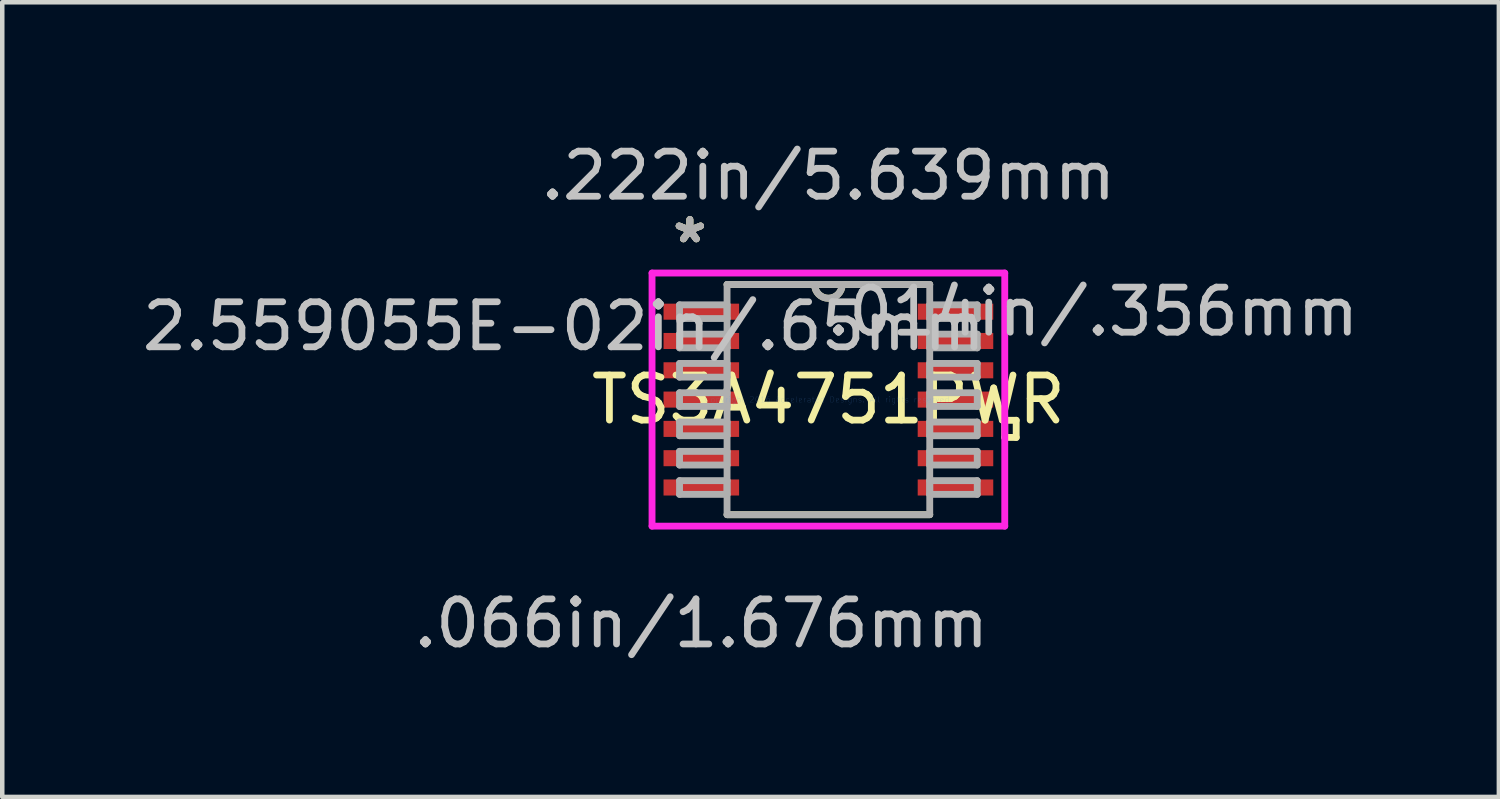
<source format=kicad_pcb>
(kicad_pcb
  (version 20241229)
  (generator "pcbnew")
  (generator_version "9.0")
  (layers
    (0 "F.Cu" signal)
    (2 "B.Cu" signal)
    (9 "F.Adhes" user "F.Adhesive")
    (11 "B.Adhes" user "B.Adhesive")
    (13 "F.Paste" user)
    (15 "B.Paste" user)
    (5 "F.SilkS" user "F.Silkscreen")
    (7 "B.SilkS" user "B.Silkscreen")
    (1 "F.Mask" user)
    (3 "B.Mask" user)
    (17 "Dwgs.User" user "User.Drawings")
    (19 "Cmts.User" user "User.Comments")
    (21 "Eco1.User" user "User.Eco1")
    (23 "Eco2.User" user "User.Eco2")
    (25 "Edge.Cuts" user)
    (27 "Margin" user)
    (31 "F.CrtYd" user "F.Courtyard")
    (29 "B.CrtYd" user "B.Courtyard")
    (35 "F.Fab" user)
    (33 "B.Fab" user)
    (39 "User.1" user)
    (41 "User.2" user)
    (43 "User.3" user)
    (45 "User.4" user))
  (footprint "TS3A4751PWR"
    (layer "F.Cu")
    (at 15.326 5.814)
    (property "Reference" "TS3A4751PWR" (at 0 0 0) (layer "F.SilkS") (effects (font (size 1 1) (thickness 0.15))))
    (attr through_hole)
    (fp_line (start -2.248 2.553) (end 2.248 2.553) (stroke (width 0.152) (type solid)) (layer "F.SilkS"))
    (fp_line (start 2.248 -2.553) (end -2.248 -2.553) (stroke (width 0.152) (type solid)) (layer "F.SilkS"))
    (fp_line (start 3.912 0.459) (end 4.166 0.459) (stroke (width 0.152) (type solid)) (layer "F.SilkS"))
    (fp_line (start 3.912 0.84) (end 3.912 0.459) (stroke (width 0.152) (type solid)) (layer "F.SilkS"))
    (fp_line (start 4.166 0.459) (end 4.166 0.84) (stroke (width 0.152) (type solid)) (layer "F.SilkS"))
    (fp_line (start 4.166 0.84) (end 3.912 0.84) (stroke (width 0.152) (type solid)) (layer "F.SilkS"))
    (fp_arc (start 0.3048 -2.5527) (mid 0 -2.2479) (end -0.3048 -2.5527) (stroke (width 0.1524) (type solid)) (layer "F.SilkS"))
    (fp_line (start -3.912 -2.807) (end 3.912 -2.807) (stroke (width 0.152) (type solid)) (layer "F.CrtYd"))
    (fp_line (start -3.912 2.807) (end -3.912 -2.807) (stroke (width 0.152) (type solid)) (layer "F.CrtYd"))
    (fp_line (start 3.912 -2.807) (end 3.912 2.807) (stroke (width 0.152) (type solid)) (layer "F.CrtYd"))
    (fp_line (start 3.912 2.807) (end -3.912 2.807) (stroke (width 0.152) (type solid)) (layer "F.CrtYd"))
    (fp_line (start -3.302 -2.102) (end -3.302 -1.798) (stroke (width 0.152) (type solid)) (layer "F.Fab"))
    (fp_line (start -3.302 -1.798) (end -2.248 -1.798) (stroke (width 0.152) (type solid)) (layer "F.Fab"))
    (fp_line (start -3.302 -1.452) (end -3.302 -1.148) (stroke (width 0.152) (type solid)) (layer "F.Fab"))
    (fp_line (start -3.302 -1.148) (end -2.248 -1.148) (stroke (width 0.152) (type solid)) (layer "F.Fab"))
    (fp_line (start -3.302 -0.802) (end -3.302 -0.498) (stroke (width 0.152) (type solid)) (layer "F.Fab"))
    (fp_line (start -3.302 -0.498) (end -2.248 -0.498) (stroke (width 0.152) (type solid)) (layer "F.Fab"))
    (fp_line (start -3.302 -0.152) (end -3.302 0.152) (stroke (width 0.152) (type solid)) (layer "F.Fab"))
    (fp_line (start -3.302 0.152) (end -2.248 0.152) (stroke (width 0.152) (type solid)) (layer "F.Fab"))
    (fp_line (start -3.302 0.498) (end -3.302 0.802) (stroke (width 0.152) (type solid)) (layer "F.Fab"))
    (fp_line (start -3.302 0.802) (end -2.248 0.802) (stroke (width 0.152) (type solid)) (layer "F.Fab"))
    (fp_line (start -3.302 1.148) (end -3.302 1.452) (stroke (width 0.152) (type solid)) (layer "F.Fab"))
    (fp_line (start -3.302 1.452) (end -2.248 1.452) (stroke (width 0.152) (type solid)) (layer "F.Fab"))
    (fp_line (start -3.302 1.798) (end -3.302 2.102) (stroke (width 0.152) (type solid)) (layer "F.Fab"))
    (fp_line (start -3.302 2.102) (end -2.248 2.102) (stroke (width 0.152) (type solid)) (layer "F.Fab"))
    (fp_line (start -2.248 -2.553) (end -2.248 2.553) (stroke (width 0.152) (type solid)) (layer "F.Fab"))
    (fp_line (start -2.248 -2.102) (end -3.302 -2.102) (stroke (width 0.152) (type solid)) (layer "F.Fab"))
    (fp_line (start -2.248 -1.798) (end -2.248 -2.102) (stroke (width 0.152) (type solid)) (layer "F.Fab"))
    (fp_line (start -2.248 -1.452) (end -3.302 -1.452) (stroke (width 0.152) (type solid)) (layer "F.Fab"))
    (fp_line (start -2.248 -1.148) (end -2.248 -1.452) (stroke (width 0.152) (type solid)) (layer "F.Fab"))
    (fp_line (start -2.248 -0.802) (end -3.302 -0.802) (stroke (width 0.152) (type solid)) (layer "F.Fab"))
    (fp_line (start -2.248 -0.498) (end -2.248 -0.802) (stroke (width 0.152) (type solid)) (layer "F.Fab"))
    (fp_line (start -2.248 -0.152) (end -3.302 -0.152) (stroke (width 0.152) (type solid)) (layer "F.Fab"))
    (fp_line (start -2.248 0.152) (end -2.248 -0.152) (stroke (width 0.152) (type solid)) (layer "F.Fab"))
    (fp_line (start -2.248 0.498) (end -3.302 0.498) (stroke (width 0.152) (type solid)) (layer "F.Fab"))
    (fp_line (start -2.248 0.802) (end -2.248 0.498) (stroke (width 0.152) (type solid)) (layer "F.Fab"))
    (fp_line (start -2.248 1.148) (end -3.302 1.148) (stroke (width 0.152) (type solid)) (layer "F.Fab"))
    (fp_line (start -2.248 1.452) (end -2.248 1.148) (stroke (width 0.152) (type solid)) (layer "F.Fab"))
    (fp_line (start -2.248 1.798) (end -3.302 1.798) (stroke (width 0.152) (type solid)) (layer "F.Fab"))
    (fp_line (start -2.248 2.102) (end -2.248 1.798) (stroke (width 0.152) (type solid)) (layer "F.Fab"))
    (fp_line (start -2.248 2.553) (end 2.248 2.553) (stroke (width 0.152) (type solid)) (layer "F.Fab"))
    (fp_line (start 2.248 -2.553) (end -2.248 -2.553) (stroke (width 0.152) (type solid)) (layer "F.Fab"))
    (fp_line (start 2.248 -2.102) (end 2.248 -1.798) (stroke (width 0.152) (type solid)) (layer "F.Fab"))
    (fp_line (start 2.248 -1.798) (end 3.302 -1.798) (stroke (width 0.152) (type solid)) (layer "F.Fab"))
    (fp_line (start 2.248 -1.452) (end 2.248 -1.148) (stroke (width 0.152) (type solid)) (layer "F.Fab"))
    (fp_line (start 2.248 -1.148) (end 3.302 -1.148) (stroke (width 0.152) (type solid)) (layer "F.Fab"))
    (fp_line (start 2.248 -0.802) (end 2.248 -0.498) (stroke (width 0.152) (type solid)) (layer "F.Fab"))
    (fp_line (start 2.248 -0.498) (end 3.302 -0.498) (stroke (width 0.152) (type solid)) (layer "F.Fab"))
    (fp_line (start 2.248 -0.152) (end 2.248 0.152) (stroke (width 0.152) (type solid)) (layer "F.Fab"))
    (fp_line (start 2.248 0.152) (end 3.302 0.152) (stroke (width 0.152) (type solid)) (layer "F.Fab"))
    (fp_line (start 2.248 0.498) (end 2.248 0.802) (stroke (width 0.152) (type solid)) (layer "F.Fab"))
    (fp_line (start 2.248 0.802) (end 3.302 0.802) (stroke (width 0.152) (type solid)) (layer "F.Fab"))
    (fp_line (start 2.248 1.148) (end 2.248 1.452) (stroke (width 0.152) (type solid)) (layer "F.Fab"))
    (fp_line (start 2.248 1.452) (end 3.302 1.452) (stroke (width 0.152) (type solid)) (layer "F.Fab"))
    (fp_line (start 2.248 1.798) (end 2.248 2.102) (stroke (width 0.152) (type solid)) (layer "F.Fab"))
    (fp_line (start 2.248 2.102) (end 3.302 2.102) (stroke (width 0.152) (type solid)) (layer "F.Fab"))
    (fp_line (start 2.248 2.553) (end 2.248 -2.553) (stroke (width 0.152) (type solid)) (layer "F.Fab"))
    (fp_line (start 3.302 -2.102) (end 2.248 -2.102) (stroke (width 0.152) (type solid)) (layer "F.Fab"))
    (fp_line (start 3.302 -1.798) (end 3.302 -2.102) (stroke (width 0.152) (type solid)) (layer "F.Fab"))
    (fp_line (start 3.302 -1.452) (end 2.248 -1.452) (stroke (width 0.152) (type solid)) (layer "F.Fab"))
    (fp_line (start 3.302 -1.148) (end 3.302 -1.452) (stroke (width 0.152) (type solid)) (layer "F.Fab"))
    (fp_line (start 3.302 -0.802) (end 2.248 -0.802) (stroke (width 0.152) (type solid)) (layer "F.Fab"))
    (fp_line (start 3.302 -0.498) (end 3.302 -0.802) (stroke (width 0.152) (type solid)) (layer "F.Fab"))
    (fp_line (start 3.302 -0.152) (end 2.248 -0.152) (stroke (width 0.152) (type solid)) (layer "F.Fab"))
    (fp_line (start 3.302 0.152) (end 3.302 -0.152) (stroke (width 0.152) (type solid)) (layer "F.Fab"))
    (fp_line (start 3.302 0.498) (end 2.248 0.498) (stroke (width 0.152) (type solid)) (layer "F.Fab"))
    (fp_line (start 3.302 0.802) (end 3.302 0.498) (stroke (width 0.152) (type solid)) (layer "F.Fab"))
    (fp_line (start 3.302 1.148) (end 2.248 1.148) (stroke (width 0.152) (type solid)) (layer "F.Fab"))
    (fp_line (start 3.302 1.452) (end 3.302 1.148) (stroke (width 0.152) (type solid)) (layer "F.Fab"))
    (fp_line (start 3.302 1.798) (end 2.248 1.798) (stroke (width 0.152) (type solid)) (layer "F.Fab"))
    (fp_line (start 3.302 2.102) (end 3.302 1.798) (stroke (width 0.152) (type solid)) (layer "F.Fab"))
    (fp_arc (start 0.3048 -2.5527) (mid 0 -2.2479) (end -0.3048 -2.5527) (stroke (width 0.1524) (type solid)) (layer "F.Fab"))
    (fp_text user "*" (at -3.073 -3.449 0) (layer "F.SilkS") (effects (font (size 1 1) (thickness 0.15))))
    (fp_text user "*" (at -3.073 -3.449 0) (layer "F.SilkS") (effects (font (size 1 1) (thickness 0.15))))
    (fp_text user "2.559055E-02in/.65mm" (at -5.867 -1.625 0) (layer "Dwgs.User") (effects (font (size 1 1) (thickness 0.15))))
    (fp_text user ".066in/1.676mm" (at -2.819 4.966 0) (layer "Dwgs.User") (effects (font (size 1 1) (thickness 0.15))))
    (fp_text user ".014in/.356mm" (at 5.867 -1.95 0) (layer "Dwgs.User") (effects (font (size 1 1) (thickness 0.15))))
    (fp_text user ".222in/5.639mm" (at 0 -4.966 0) (layer "Dwgs.User") (effects (font (size 1 1) (thickness 0.15))))
    (fp_text user "Copyright 2016 Accelerated Designs. All rights reserved." (at 0 0 0) (layer "Cmts.User") (effects (font (size 0.127 0.127) (thickness 0.002))))
    (fp_text user "*" (at -3.073 -3.449 0) (layer "F.Fab") (effects (font (size 1 1) (thickness 0.15))))
    (fp_text user "*" (at -3.073 -3.449 0) (layer "F.Fab") (effects (font (size 1 1) (thickness 0.15))))
    (pad "1" smd rect (at -2.819 -1.95) (size 1.676 0.356) (layers "F.Cu" "F.Mask" "F.Paste"))
    (pad "2" smd rect (at -2.819 -1.3) (size 1.676 0.356) (layers "F.Cu" "F.Mask" "F.Paste"))
    (pad "3" smd rect (at -2.819 -0.65) (size 1.676 0.356) (layers "F.Cu" "F.Mask" "F.Paste"))
    (pad "4" smd rect (at -2.819 0) (size 1.676 0.356) (layers "F.Cu" "F.Mask" "F.Paste"))
    (pad "5" smd rect (at -2.819 0.65) (size 1.676 0.356) (layers "F.Cu" "F.Mask" "F.Paste"))
    (pad "6" smd rect (at -2.819 1.3) (size 1.676 0.356) (layers "F.Cu" "F.Mask" "F.Paste"))
    (pad "7" smd rect (at -2.819 1.95) (size 1.676 0.356) (layers "F.Cu" "F.Mask" "F.Paste"))
    (pad "8" smd rect (at 2.819 1.95) (size 1.676 0.356) (layers "F.Cu" "F.Mask" "F.Paste"))
    (pad "9" smd rect (at 2.819 1.3) (size 1.676 0.356) (layers "F.Cu" "F.Mask" "F.Paste"))
    (pad "10" smd rect (at 2.819 0.65) (size 1.676 0.356) (layers "F.Cu" "F.Mask" "F.Paste"))
    (pad "11" smd rect (at 2.819 0) (size 1.676 0.356) (layers "F.Cu" "F.Mask" "F.Paste"))
    (pad "12" smd rect (at 2.819 -0.65) (size 1.676 0.356) (layers "F.Cu" "F.Mask" "F.Paste"))
    (pad "13" smd rect (at 2.819 -1.3) (size 1.676 0.356) (layers "F.Cu" "F.Mask" "F.Paste"))
    (pad "14" smd rect (at 2.819 -1.95) (size 1.676 0.356) (layers "F.Cu" "F.Mask" "F.Paste")))
  (gr_rect
    (start -3 -3)
    (end 30.199 14.628)
    (stroke (width 0.1) (type default))
    (fill no)
    (layer "Edge.Cuts")))
</source>
